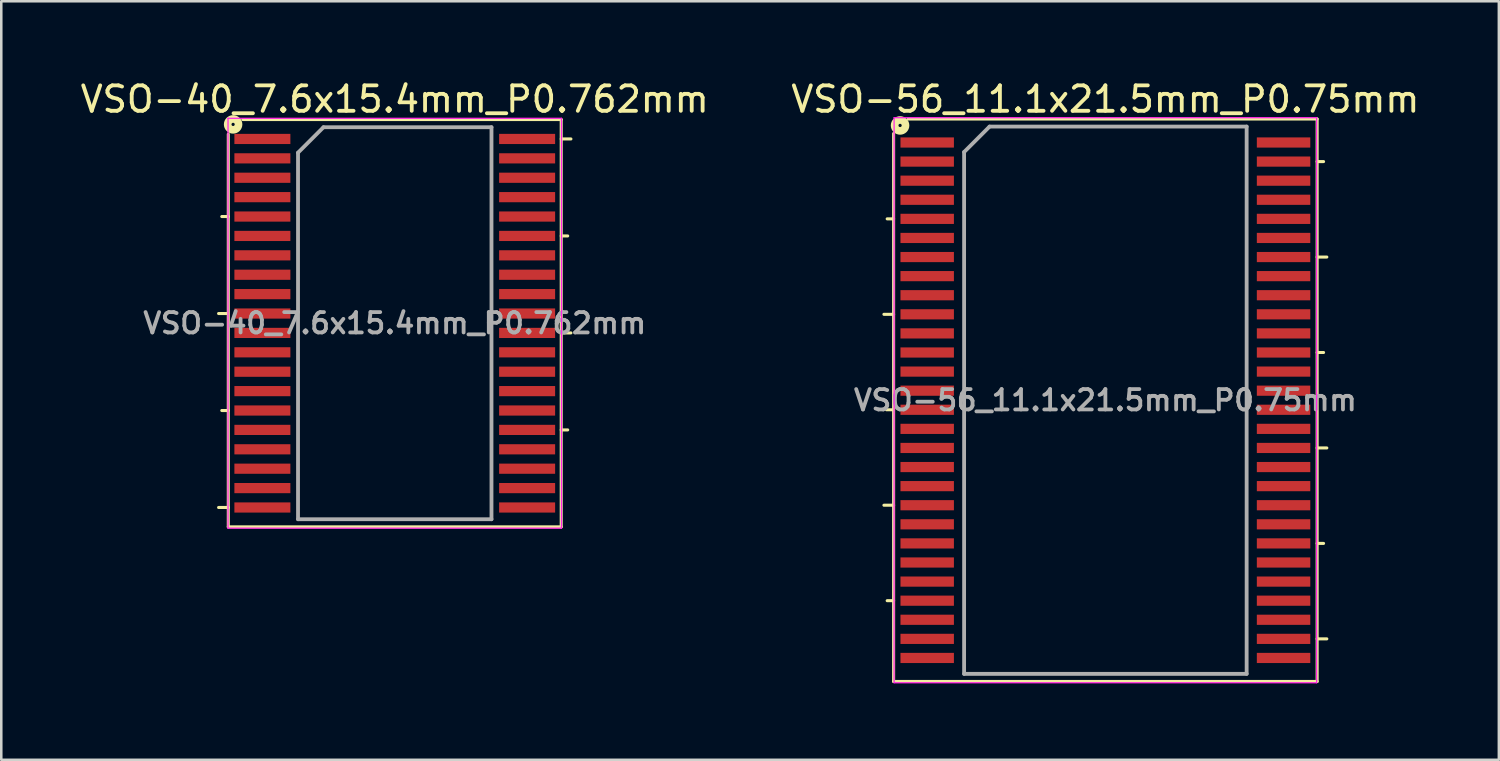
<source format=kicad_pcb>
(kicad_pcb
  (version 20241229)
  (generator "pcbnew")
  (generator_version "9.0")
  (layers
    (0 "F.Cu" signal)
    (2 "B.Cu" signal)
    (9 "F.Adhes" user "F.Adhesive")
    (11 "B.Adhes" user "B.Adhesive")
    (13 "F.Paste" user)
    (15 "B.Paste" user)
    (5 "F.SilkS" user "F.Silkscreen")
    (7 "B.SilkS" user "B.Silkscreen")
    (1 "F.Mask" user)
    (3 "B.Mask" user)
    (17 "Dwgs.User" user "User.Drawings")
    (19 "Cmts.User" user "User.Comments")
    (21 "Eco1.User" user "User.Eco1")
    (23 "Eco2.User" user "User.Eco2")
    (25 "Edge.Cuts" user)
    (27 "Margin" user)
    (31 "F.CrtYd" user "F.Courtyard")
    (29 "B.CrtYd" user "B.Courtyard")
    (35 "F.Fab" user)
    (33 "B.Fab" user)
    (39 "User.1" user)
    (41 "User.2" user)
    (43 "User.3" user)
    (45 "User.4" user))
  (footprint "VSO-56_11.1x21.5mm_P0.75mm"
    (layer "F.Cu")
    (at 40.375 12.673)
    (property "Reference" "VSO-56_11.1x21.5mm_P0.75mm" (at 0 -11.825 0) (layer "F.SilkS") (effects (font (size 1 1) (thickness 0.15))))
    (attr smd)
    (fp_line (start -8.319 -10.477) (end -8.319 11.049) (stroke (width 0.12) (type solid)) (layer "F.SilkS"))
    (fp_line (start -8.319 -7.125) (end -8.572 -7.125) (stroke (width 0.12) (type solid)) (layer "F.SilkS"))
    (fp_line (start -8.319 -3.375) (end -8.7 -3.375) (stroke (width 0.12) (type solid)) (layer "F.SilkS"))
    (fp_line (start -8.319 0.375) (end -8.6 0.375) (stroke (width 0.12) (type solid)) (layer "F.SilkS"))
    (fp_line (start -8.319 4.125) (end -8.7 4.125) (stroke (width 0.12) (type solid)) (layer "F.SilkS"))
    (fp_line (start -8.319 7.875) (end -8.572 7.875) (stroke (width 0.12) (type solid)) (layer "F.SilkS"))
    (fp_line (start -8.319 11.049) (end 8.319 11.049) (stroke (width 0.12) (type solid)) (layer "F.SilkS"))
    (fp_line (start 8.319 -11.049) (end -7.747 -11.049) (stroke (width 0.12) (type solid)) (layer "F.SilkS"))
    (fp_line (start 8.319 -9.375) (end 8.572 -9.375) (stroke (width 0.12) (type solid)) (layer "F.SilkS"))
    (fp_line (start 8.319 -5.625) (end 8.7 -5.625) (stroke (width 0.12) (type solid)) (layer "F.SilkS"))
    (fp_line (start 8.319 -1.875) (end 8.572 -1.875) (stroke (width 0.12) (type solid)) (layer "F.SilkS"))
    (fp_line (start 8.319 1.875) (end 8.7 1.875) (stroke (width 0.12) (type solid)) (layer "F.SilkS"))
    (fp_line (start 8.319 5.625) (end 8.572 5.625) (stroke (width 0.12) (type solid)) (layer "F.SilkS"))
    (fp_line (start 8.319 9.375) (end 8.7 9.375) (stroke (width 0.12) (type solid)) (layer "F.SilkS"))
    (fp_line (start 8.319 11.049) (end 8.319 -11.049) (stroke (width 0.12) (type solid)) (layer "F.SilkS"))
    (fp_circle (center -8.065 -10.795) (end -8.001 -10.795) (stroke (width 0.3) (type solid)) (fill no) (layer "F.SilkS"))
    (fp_line (start -8.3 -11.1) (end -8.3 11.1) (stroke (width 0.05) (type solid)) (layer "F.CrtYd"))
    (fp_line (start -8.3 -11.1) (end 8.3 -11.1) (stroke (width 0.05) (type solid)) (layer "F.CrtYd"))
    (fp_line (start -8.3 11.1) (end 8.3 11.1) (stroke (width 0.05) (type solid)) (layer "F.CrtYd"))
    (fp_line (start 8.3 -11.1) (end 8.3 11.1) (stroke (width 0.05) (type solid)) (layer "F.CrtYd"))
    (fp_line (start -5.55 -9.75) (end -4.55 -10.75) (stroke (width 0.15) (type solid)) (layer "F.Fab"))
    (fp_line (start -5.55 10.75) (end -5.55 -9.75) (stroke (width 0.15) (type solid)) (layer "F.Fab"))
    (fp_line (start -4.55 -10.75) (end 5.55 -10.75) (stroke (width 0.15) (type solid)) (layer "F.Fab"))
    (fp_line (start 5.55 -10.75) (end 5.55 10.75) (stroke (width 0.15) (type solid)) (layer "F.Fab"))
    (fp_line (start 5.55 10.75) (end -5.55 10.75) (stroke (width 0.15) (type solid)) (layer "F.Fab"))
    (fp_text user "${REFERENCE}" (at 0 0 0) (layer "F.Fab") (effects (font (size 0.8 0.8) (thickness 0.15))))
    (pad "1" smd rect (at -7 -10.125) (size 2.1 0.4) (layers "F.Cu" "F.Mask" "F.Paste"))
    (pad "2" smd rect (at -7 -9.375) (size 2.1 0.4) (layers "F.Cu" "F.Mask" "F.Paste"))
    (pad "3" smd rect (at -7 -8.625) (size 2.1 0.4) (layers "F.Cu" "F.Mask" "F.Paste"))
    (pad "4" smd rect (at -7 -7.875) (size 2.1 0.4) (layers "F.Cu" "F.Mask" "F.Paste"))
    (pad "5" smd rect (at -7 -7.125) (size 2.1 0.4) (layers "F.Cu" "F.Mask" "F.Paste"))
    (pad "6" smd rect (at -7 -6.375) (size 2.1 0.4) (layers "F.Cu" "F.Mask" "F.Paste"))
    (pad "7" smd rect (at -7 -5.625) (size 2.1 0.4) (layers "F.Cu" "F.Mask" "F.Paste"))
    (pad "8" smd rect (at -7 -4.875) (size 2.1 0.4) (layers "F.Cu" "F.Mask" "F.Paste"))
    (pad "9" smd rect (at -7 -4.125) (size 2.1 0.4) (layers "F.Cu" "F.Mask" "F.Paste"))
    (pad "10" smd rect (at -7 -3.375) (size 2.1 0.4) (layers "F.Cu" "F.Mask" "F.Paste"))
    (pad "11" smd rect (at -7 -2.625) (size 2.1 0.4) (layers "F.Cu" "F.Mask" "F.Paste"))
    (pad "12" smd rect (at -7 -1.875) (size 2.1 0.4) (layers "F.Cu" "F.Mask" "F.Paste"))
    (pad "13" smd rect (at -7 -1.125) (size 2.1 0.4) (layers "F.Cu" "F.Mask" "F.Paste"))
    (pad "14" smd rect (at -7 -0.375) (size 2.1 0.4) (layers "F.Cu" "F.Mask" "F.Paste"))
    (pad "15" smd rect (at -7 0.375) (size 2.1 0.4) (layers "F.Cu" "F.Mask" "F.Paste"))
    (pad "16" smd rect (at -7 1.125) (size 2.1 0.4) (layers "F.Cu" "F.Mask" "F.Paste"))
    (pad "17" smd rect (at -7 1.875) (size 2.1 0.4) (layers "F.Cu" "F.Mask" "F.Paste"))
    (pad "18" smd rect (at -7 2.625) (size 2.1 0.4) (layers "F.Cu" "F.Mask" "F.Paste"))
    (pad "19" smd rect (at -7 3.375) (size 2.1 0.4) (layers "F.Cu" "F.Mask" "F.Paste"))
    (pad "20" smd rect (at -7 4.125) (size 2.1 0.4) (layers "F.Cu" "F.Mask" "F.Paste"))
    (pad "21" smd rect (at -7 4.875) (size 2.1 0.4) (layers "F.Cu" "F.Mask" "F.Paste"))
    (pad "22" smd rect (at -7 5.625) (size 2.1 0.4) (layers "F.Cu" "F.Mask" "F.Paste"))
    (pad "23" smd rect (at -7 6.375) (size 2.1 0.4) (layers "F.Cu" "F.Mask" "F.Paste"))
    (pad "24" smd rect (at -7 7.125) (size 2.1 0.4) (layers "F.Cu" "F.Mask" "F.Paste"))
    (pad "25" smd rect (at -7 7.875) (size 2.1 0.4) (layers "F.Cu" "F.Mask" "F.Paste"))
    (pad "26" smd rect (at -7 8.625) (size 2.1 0.4) (layers "F.Cu" "F.Mask" "F.Paste"))
    (pad "27" smd rect (at -7 9.375) (size 2.1 0.4) (layers "F.Cu" "F.Mask" "F.Paste"))
    (pad "28" smd rect (at -7 10.125) (size 2.1 0.4) (layers "F.Cu" "F.Mask" "F.Paste"))
    (pad "29" smd rect (at 7 10.125) (size 2.1 0.4) (layers "F.Cu" "F.Mask" "F.Paste"))
    (pad "30" smd rect (at 7 9.375) (size 2.1 0.4) (layers "F.Cu" "F.Mask" "F.Paste"))
    (pad "31" smd rect (at 7 8.625) (size 2.1 0.4) (layers "F.Cu" "F.Mask" "F.Paste"))
    (pad "32" smd rect (at 7 7.875) (size 2.1 0.4) (layers "F.Cu" "F.Mask" "F.Paste"))
    (pad "33" smd rect (at 7 7.125) (size 2.1 0.4) (layers "F.Cu" "F.Mask" "F.Paste"))
    (pad "34" smd rect (at 7 6.375) (size 2.1 0.4) (layers "F.Cu" "F.Mask" "F.Paste"))
    (pad "35" smd rect (at 7 5.625) (size 2.1 0.4) (layers "F.Cu" "F.Mask" "F.Paste"))
    (pad "36" smd rect (at 7 4.875) (size 2.1 0.4) (layers "F.Cu" "F.Mask" "F.Paste"))
    (pad "37" smd rect (at 7 4.125) (size 2.1 0.4) (layers "F.Cu" "F.Mask" "F.Paste"))
    (pad "38" smd rect (at 7 3.375) (size 2.1 0.4) (layers "F.Cu" "F.Mask" "F.Paste"))
    (pad "39" smd rect (at 7 2.625) (size 2.1 0.4) (layers "F.Cu" "F.Mask" "F.Paste"))
    (pad "40" smd rect (at 7 1.875) (size 2.1 0.4) (layers "F.Cu" "F.Mask" "F.Paste"))
    (pad "41" smd rect (at 7 1.125) (size 2.1 0.4) (layers "F.Cu" "F.Mask" "F.Paste"))
    (pad "42" smd rect (at 7 0.375) (size 2.1 0.4) (layers "F.Cu" "F.Mask" "F.Paste"))
    (pad "43" smd rect (at 7 -0.375) (size 2.1 0.4) (layers "F.Cu" "F.Mask" "F.Paste"))
    (pad "44" smd rect (at 7 -1.125) (size 2.1 0.4) (layers "F.Cu" "F.Mask" "F.Paste"))
    (pad "45" smd rect (at 7 -1.875) (size 2.1 0.4) (layers "F.Cu" "F.Mask" "F.Paste"))
    (pad "46" smd rect (at 7 -2.625) (size 2.1 0.4) (layers "F.Cu" "F.Mask" "F.Paste"))
    (pad "47" smd rect (at 7 -3.375) (size 2.1 0.4) (layers "F.Cu" "F.Mask" "F.Paste"))
    (pad "48" smd rect (at 7 -4.125) (size 2.1 0.4) (layers "F.Cu" "F.Mask" "F.Paste"))
    (pad "49" smd rect (at 7 -4.875) (size 2.1 0.4) (layers "F.Cu" "F.Mask" "F.Paste"))
    (pad "50" smd rect (at 7 -5.625) (size 2.1 0.4) (layers "F.Cu" "F.Mask" "F.Paste"))
    (pad "51" smd rect (at 7 -6.375) (size 2.1 0.4) (layers "F.Cu" "F.Mask" "F.Paste"))
    (pad "52" smd rect (at 7 -7.125) (size 2.1 0.4) (layers "F.Cu" "F.Mask" "F.Paste"))
    (pad "53" smd rect (at 7 -7.875) (size 2.1 0.4) (layers "F.Cu" "F.Mask" "F.Paste"))
    (pad "54" smd rect (at 7 -8.625) (size 2.1 0.4) (layers "F.Cu" "F.Mask" "F.Paste"))
    (pad "55" smd rect (at 7 -9.375) (size 2.1 0.4) (layers "F.Cu" "F.Mask" "F.Paste"))
    (pad "56" smd rect (at 7 -10.125) (size 2.1 0.4) (layers "F.Cu" "F.Mask" "F.Paste")))
  (footprint "VSO-40_7.6x15.4mm_P0.762mm"
    (layer "F.Cu")
    (at 12.458 9.648)
    (property "Reference" "VSO-40_7.6x15.4mm_P0.762mm" (at 0 -8.8 0) (layer "F.SilkS") (effects (font (size 1 1) (thickness 0.15))))
    (attr smd)
    (fp_line (start -6.604 -0.381) (end -6.921 -0.381) (stroke (width 0.12) (type solid)) (layer "F.SilkS"))
    (fp_line (start -6.54 -7.429) (end -6.54 8.001) (stroke (width 0.12) (type solid)) (layer "F.SilkS"))
    (fp_line (start -6.54 -4.191) (end -6.795 -4.191) (stroke (width 0.12) (type solid)) (layer "F.SilkS"))
    (fp_line (start -6.54 3.429) (end -6.795 3.429) (stroke (width 0.12) (type solid)) (layer "F.SilkS"))
    (fp_line (start -6.54 7.239) (end -6.921 7.239) (stroke (width 0.12) (type solid)) (layer "F.SilkS"))
    (fp_line (start -6.54 8.001) (end 6.54 8.001) (stroke (width 0.12) (type solid)) (layer "F.SilkS"))
    (fp_line (start 6.54 -8.001) (end -5.969 -8.001) (stroke (width 0.12) (type solid)) (layer "F.SilkS"))
    (fp_line (start 6.54 -7.239) (end 6.921 -7.239) (stroke (width 0.12) (type solid)) (layer "F.SilkS"))
    (fp_line (start 6.54 -3.429) (end 6.795 -3.429) (stroke (width 0.12) (type solid)) (layer "F.SilkS"))
    (fp_line (start 6.54 0.381) (end 6.921 0.381) (stroke (width 0.12) (type solid)) (layer "F.SilkS"))
    (fp_line (start 6.54 4.191) (end 6.795 4.191) (stroke (width 0.12) (type solid)) (layer "F.SilkS"))
    (fp_line (start 6.54 8.001) (end 6.54 -8.001) (stroke (width 0.12) (type solid)) (layer "F.SilkS"))
    (fp_circle (center -6.35 -7.811) (end -6.287 -7.811) (stroke (width 0.3) (type solid)) (fill no) (layer "F.SilkS"))
    (fp_line (start -6.55 -8.05) (end -6.55 8.05) (stroke (width 0.05) (type solid)) (layer "F.CrtYd"))
    (fp_line (start -6.55 -8.05) (end 6.55 -8.05) (stroke (width 0.05) (type solid)) (layer "F.CrtYd"))
    (fp_line (start -6.55 8.05) (end 6.55 8.05) (stroke (width 0.05) (type solid)) (layer "F.CrtYd"))
    (fp_line (start 6.55 -8.05) (end 6.55 8.05) (stroke (width 0.05) (type solid)) (layer "F.CrtYd"))
    (fp_line (start -3.8 -6.7) (end -2.8 -7.7) (stroke (width 0.15) (type solid)) (layer "F.Fab"))
    (fp_line (start -3.8 7.7) (end -3.8 -6.7) (stroke (width 0.15) (type solid)) (layer "F.Fab"))
    (fp_line (start -2.8 -7.7) (end 3.8 -7.7) (stroke (width 0.15) (type solid)) (layer "F.Fab"))
    (fp_line (start 3.8 -7.7) (end 3.8 7.7) (stroke (width 0.15) (type solid)) (layer "F.Fab"))
    (fp_line (start 3.8 7.7) (end -3.8 7.7) (stroke (width 0.15) (type solid)) (layer "F.Fab"))
    (fp_text user "${REFERENCE}" (at 0 0 0) (layer "F.Fab") (effects (font (size 0.8 0.8) (thickness 0.15))))
    (pad "1" smd rect (at -5.2 -7.239) (size 2.2 0.4) (layers "F.Cu" "F.Mask" "F.Paste"))
    (pad "2" smd rect (at -5.2 -6.477) (size 2.2 0.4) (layers "F.Cu" "F.Mask" "F.Paste"))
    (pad "3" smd rect (at -5.2 -5.715) (size 2.2 0.4) (layers "F.Cu" "F.Mask" "F.Paste"))
    (pad "4" smd rect (at -5.2 -4.953) (size 2.2 0.4) (layers "F.Cu" "F.Mask" "F.Paste"))
    (pad "5" smd rect (at -5.2 -4.191) (size 2.2 0.4) (layers "F.Cu" "F.Mask" "F.Paste"))
    (pad "6" smd rect (at -5.2 -3.429) (size 2.2 0.4) (layers "F.Cu" "F.Mask" "F.Paste"))
    (pad "7" smd rect (at -5.2 -2.667) (size 2.2 0.4) (layers "F.Cu" "F.Mask" "F.Paste"))
    (pad "8" smd rect (at -5.2 -1.905) (size 2.2 0.4) (layers "F.Cu" "F.Mask" "F.Paste"))
    (pad "9" smd rect (at -5.2 -1.143) (size 2.2 0.4) (layers "F.Cu" "F.Mask" "F.Paste"))
    (pad "10" smd rect (at -5.2 -0.381) (size 2.2 0.4) (layers "F.Cu" "F.Mask" "F.Paste"))
    (pad "11" smd rect (at -5.2 0.381) (size 2.2 0.4) (layers "F.Cu" "F.Mask" "F.Paste"))
    (pad "12" smd rect (at -5.2 1.143) (size 2.2 0.4) (layers "F.Cu" "F.Mask" "F.Paste"))
    (pad "13" smd rect (at -5.2 1.905) (size 2.2 0.4) (layers "F.Cu" "F.Mask" "F.Paste"))
    (pad "14" smd rect (at -5.2 2.667) (size 2.2 0.4) (layers "F.Cu" "F.Mask" "F.Paste"))
    (pad "15" smd rect (at -5.2 3.429) (size 2.2 0.4) (layers "F.Cu" "F.Mask" "F.Paste"))
    (pad "16" smd rect (at -5.2 4.191) (size 2.2 0.4) (layers "F.Cu" "F.Mask" "F.Paste"))
    (pad "17" smd rect (at -5.2 4.953) (size 2.2 0.4) (layers "F.Cu" "F.Mask" "F.Paste"))
    (pad "18" smd rect (at -5.2 5.715) (size 2.2 0.4) (layers "F.Cu" "F.Mask" "F.Paste"))
    (pad "19" smd rect (at -5.2 6.477) (size 2.2 0.4) (layers "F.Cu" "F.Mask" "F.Paste"))
    (pad "20" smd rect (at -5.2 7.239) (size 2.2 0.4) (layers "F.Cu" "F.Mask" "F.Paste"))
    (pad "21" smd rect (at 5.2 7.239) (size 2.2 0.4) (layers "F.Cu" "F.Mask" "F.Paste"))
    (pad "22" smd rect (at 5.2 6.477) (size 2.2 0.4) (layers "F.Cu" "F.Mask" "F.Paste"))
    (pad "23" smd rect (at 5.2 5.715) (size 2.2 0.4) (layers "F.Cu" "F.Mask" "F.Paste"))
    (pad "24" smd rect (at 5.2 4.953) (size 2.2 0.4) (layers "F.Cu" "F.Mask" "F.Paste"))
    (pad "25" smd rect (at 5.2 4.191) (size 2.2 0.4) (layers "F.Cu" "F.Mask" "F.Paste"))
    (pad "26" smd rect (at 5.2 3.429) (size 2.2 0.4) (layers "F.Cu" "F.Mask" "F.Paste"))
    (pad "27" smd rect (at 5.2 2.667) (size 2.2 0.4) (layers "F.Cu" "F.Mask" "F.Paste"))
    (pad "28" smd rect (at 5.2 1.905) (size 2.2 0.4) (layers "F.Cu" "F.Mask" "F.Paste"))
    (pad "29" smd rect (at 5.2 1.143) (size 2.2 0.4) (layers "F.Cu" "F.Mask" "F.Paste"))
    (pad "30" smd rect (at 5.2 0.381) (size 2.2 0.4) (layers "F.Cu" "F.Mask" "F.Paste"))
    (pad "31" smd rect (at 5.2 -0.381) (size 2.2 0.4) (layers "F.Cu" "F.Mask" "F.Paste"))
    (pad "32" smd rect (at 5.2 -1.143) (size 2.2 0.4) (layers "F.Cu" "F.Mask" "F.Paste"))
    (pad "33" smd rect (at 5.2 -1.905) (size 2.2 0.4) (layers "F.Cu" "F.Mask" "F.Paste"))
    (pad "34" smd rect (at 5.2 -2.667) (size 2.2 0.4) (layers "F.Cu" "F.Mask" "F.Paste"))
    (pad "35" smd rect (at 5.2 -3.429) (size 2.2 0.4) (layers "F.Cu" "F.Mask" "F.Paste"))
    (pad "36" smd rect (at 5.2 -4.191) (size 2.2 0.4) (layers "F.Cu" "F.Mask" "F.Paste"))
    (pad "37" smd rect (at 5.2 -4.953) (size 2.2 0.4) (layers "F.Cu" "F.Mask" "F.Paste"))
    (pad "38" smd rect (at 5.2 -5.715) (size 2.2 0.4) (layers "F.Cu" "F.Mask" "F.Paste"))
    (pad "39" smd rect (at 5.2 -6.477) (size 2.2 0.4) (layers "F.Cu" "F.Mask" "F.Paste"))
    (pad "40" smd rect (at 5.2 -7.239) (size 2.2 0.4) (layers "F.Cu" "F.Mask" "F.Paste")))
  (gr_rect
    (start -3 -3)
    (end 55.833 26.798)
    (stroke (width 0.1) (type default))
    (fill no)
    (layer "Edge.Cuts")))
</source>
